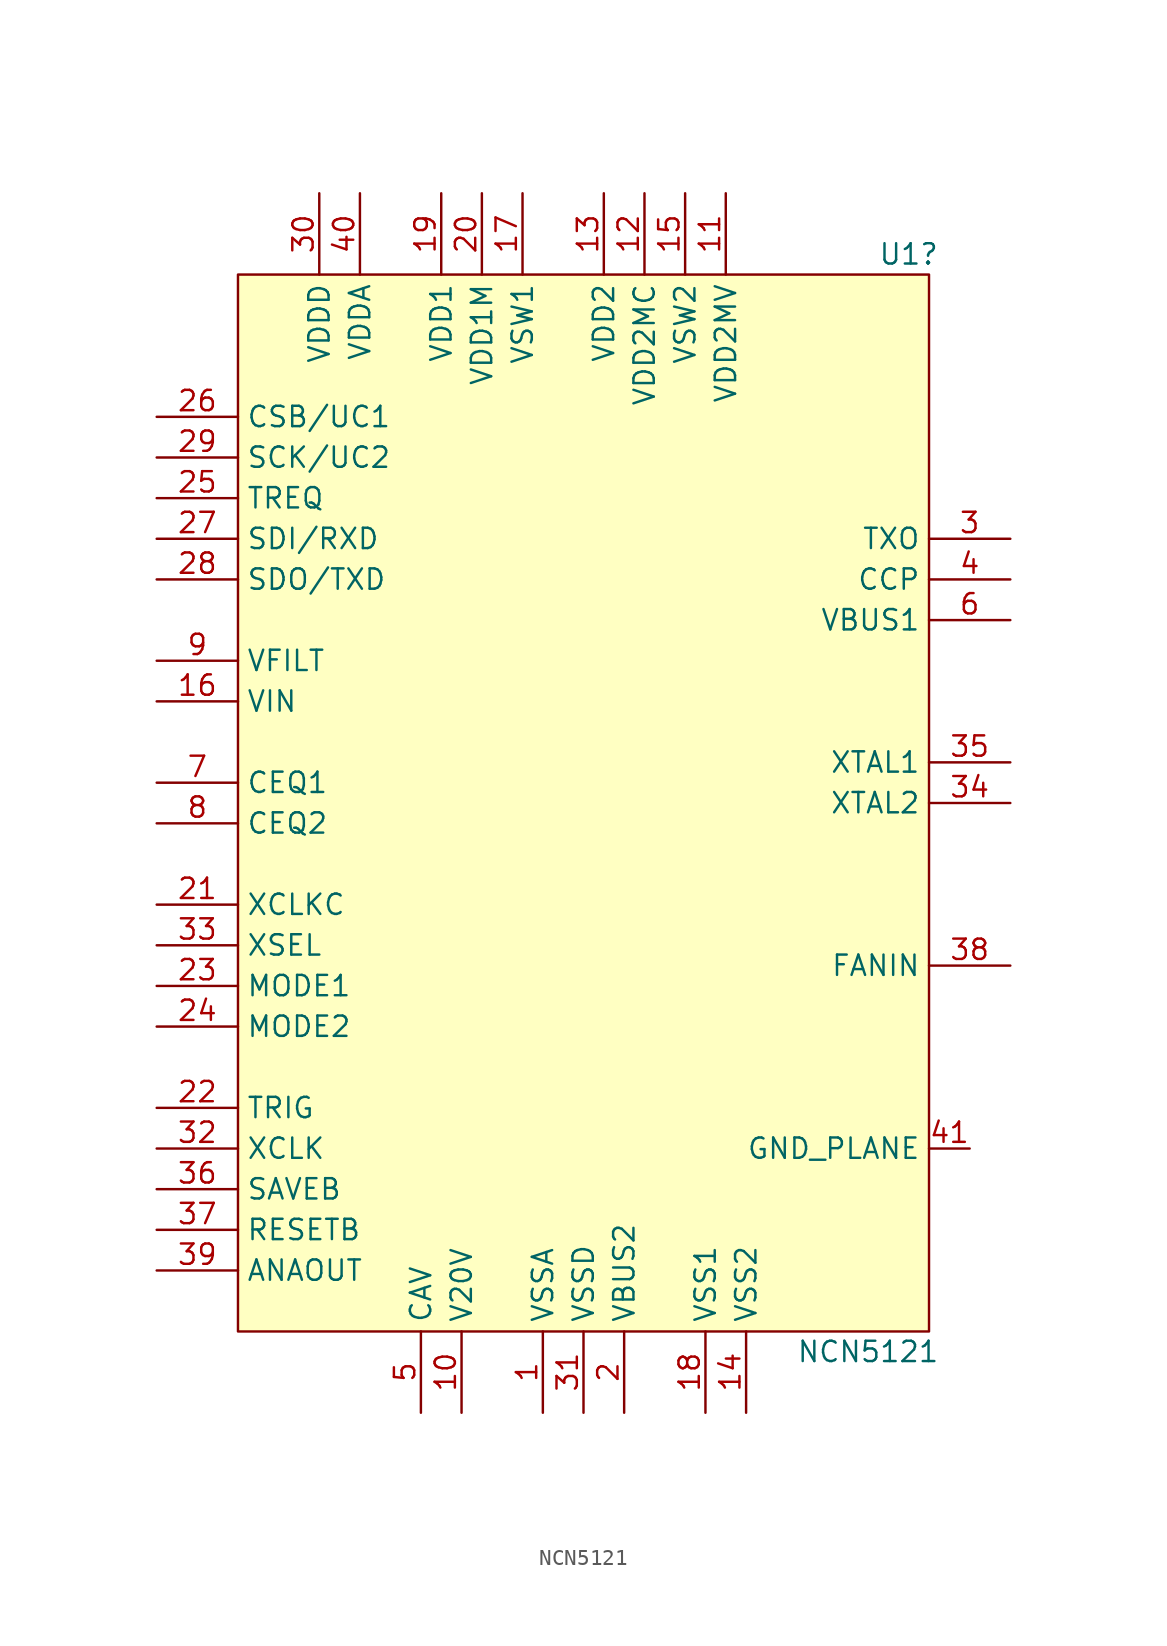
<source format=kicad_sym>
(kicad_symbol_lib
  (version 20211014)
  (generator kicad_symbol_editor)
  (symbol "NCN5121"
    (property "Reference" "U1"
      (at 20.32 38.1 0)
      (effects (font (size 1.27 1.27))))
    (property "Value" "NCN5121"
      (at 17.78 -30.48 0)
      (effects (font (size 1.27 1.27))))
    (symbol "NCN5121_0_1"
      (rectangle (start -21.59 36.83) (end 21.59 -29.21) (stroke (width 0.152) (type default) (color 0 0 0 0)) (fill (type background))))
    (symbol "NCN5121_1_0"
      (pin power_in line (at -2.54 -34.29 90) (length 5.08) (name "VSSA" (effects (font (size 1.27 1.27)))) (number "1" (effects (font (size 1.27 1.27)))))
      (pin power_in line (at -7.62 -34.29 90) (length 5.08) (name "V20V" (effects (font (size 1.27 1.27)))) (number "10" (effects (font (size 1.27 1.27)))))
      (pin input line (at 8.89 41.91 270) (length 5.08) (name "VDD2MV" (effects (font (size 1.27 1.27)))) (number "11" (effects (font (size 1.27 1.27)))))
      (pin input line (at 3.81 41.91 270) (length 5.08) (name "VDD2MC" (effects (font (size 1.27 1.27)))) (number "12" (effects (font (size 1.27 1.27)))))
      (pin input line (at 1.27 41.91 270) (length 5.08) (name "VDD2" (effects (font (size 1.27 1.27)))) (number "13" (effects (font (size 1.27 1.27)))))
      (pin power_in line (at 10.16 -34.29 90) (length 5.08) (name "VSS2" (effects (font (size 1.27 1.27)))) (number "14" (effects (font (size 1.27 1.27)))))
      (pin output line (at 6.35 41.91 270) (length 5.08) (name "VSW2" (effects (font (size 1.27 1.27)))) (number "15" (effects (font (size 1.27 1.27)))))
      (pin power_in line (at -26.67 10.16 0) (length 5.08) (name "VIN" (effects (font (size 1.27 1.27)))) (number "16" (effects (font (size 1.27 1.27)))))
      (pin output line (at -3.81 41.91 270) (length 5.08) (name "VSW1" (effects (font (size 1.27 1.27)))) (number "17" (effects (font (size 1.27 1.27)))))
      (pin power_in line (at 7.62 -34.29 90) (length 5.08) (name "VSS1" (effects (font (size 1.27 1.27)))) (number "18" (effects (font (size 1.27 1.27)))))
      (pin input line (at -8.89 41.91 270) (length 5.08) (name "VDD1" (effects (font (size 1.27 1.27)))) (number "19" (effects (font (size 1.27 1.27)))))
      (pin power_in line (at 2.54 -34.29 90) (length 5.08) (name "VBUS2" (effects (font (size 1.27 1.27)))) (number "2" (effects (font (size 1.27 1.27)))))
      (pin input line (at -6.35 41.91 270) (length 5.08) (name "VDD1M" (effects (font (size 1.27 1.27)))) (number "20" (effects (font (size 1.27 1.27)))))
      (pin input line (at -26.67 -2.54 0) (length 5.08) (name "XCLKC" (effects (font (size 1.27 1.27)))) (number "21" (effects (font (size 1.27 1.27)))))
      (pin output line (at -26.67 -15.24 0) (length 5.08) (name "TRIG" (effects (font (size 1.27 1.27)))) (number "22" (effects (font (size 1.27 1.27)))))
      (pin input line (at -26.67 -7.62 0) (length 5.08) (name "MODE1" (effects (font (size 1.27 1.27)))) (number "23" (effects (font (size 1.27 1.27)))))
      (pin input line (at -26.67 -10.16 0) (length 5.08) (name "MODE2" (effects (font (size 1.27 1.27)))) (number "24" (effects (font (size 1.27 1.27)))))
      (pin input line (at -26.67 22.86 0) (length 5.08) (name "TREQ" (effects (font (size 1.27 1.27)))) (number "25" (effects (font (size 1.27 1.27)))))
      (pin bidirectional line (at -26.67 27.94 0) (length 5.08) (name "CSB/UC1" (effects (font (size 1.27 1.27)))) (number "26" (effects (font (size 1.27 1.27)))))
      (pin input line (at -26.67 20.32 0) (length 5.08) (name "SDI/RXD" (effects (font (size 1.27 1.27)))) (number "27" (effects (font (size 1.27 1.27)))))
      (pin output line (at -26.67 17.78 0) (length 5.08) (name "SDO/TXD" (effects (font (size 1.27 1.27)))) (number "28" (effects (font (size 1.27 1.27)))))
      (pin bidirectional line (at -26.67 25.4 0) (length 5.08) (name "SCK/UC2" (effects (font (size 1.27 1.27)))) (number "29" (effects (font (size 1.27 1.27)))))
      (pin output line (at 26.67 20.32 180) (length 5.08) (name "TXO" (effects (font (size 1.27 1.27)))) (number "3" (effects (font (size 1.27 1.27)))))
      (pin power_in line (at -16.51 41.91 270) (length 5.08) (name "VDDD" (effects (font (size 1.27 1.27)))) (number "30" (effects (font (size 1.27 1.27)))))
      (pin power_in line (at 0 -34.29 90) (length 5.08) (name "VSSD" (effects (font (size 1.27 1.27)))) (number "31" (effects (font (size 1.27 1.27)))))
      (pin output line (at -26.67 -17.78 0) (length 5.08) (name "XCLK" (effects (font (size 1.27 1.27)))) (number "32" (effects (font (size 1.27 1.27)))))
      (pin input line (at -26.67 -5.08 0) (length 5.08) (name "XSEL" (effects (font (size 1.27 1.27)))) (number "33" (effects (font (size 1.27 1.27)))))
      (pin bidirectional line (at 26.67 3.81 180) (length 5.08) (name "XTAL2" (effects (font (size 1.27 1.27)))) (number "34" (effects (font (size 1.27 1.27)))))
      (pin input line (at 26.67 6.35 180) (length 5.08) (name "XTAL1" (effects (font (size 1.27 1.27)))) (number "35" (effects (font (size 1.27 1.27)))))
      (pin output line (at -26.67 -20.32 0) (length 5.08) (name "SAVEB" (effects (font (size 1.27 1.27)))) (number "36" (effects (font (size 1.27 1.27)))))
      (pin output line (at -26.67 -22.86 0) (length 5.08) (name "RESETB" (effects (font (size 1.27 1.27)))) (number "37" (effects (font (size 1.27 1.27)))))
      (pin input line (at 26.67 -6.35 180) (length 5.08) (name "FANIN" (effects (font (size 1.27 1.27)))) (number "38" (effects (font (size 1.27 1.27)))))
      (pin output line (at -26.67 -25.4 0) (length 5.08) (name "ANAOUT" (effects (font (size 1.27 1.27)))) (number "39" (effects (font (size 1.27 1.27)))))
      (pin bidirectional line (at 26.67 17.78 180) (length 5.08) (name "CCP" (effects (font (size 1.27 1.27)))) (number "4" (effects (font (size 1.27 1.27)))))
      (pin power_in line (at -13.97 41.91 270) (length 5.08) (name "VDDA" (effects (font (size 1.27 1.27)))) (number "40" (effects (font (size 1.27 1.27)))))
      (pin power_in line (at -10.16 -34.29 90) (length 5.08) (name "CAV" (effects (font (size 1.27 1.27)))) (number "5" (effects (font (size 1.27 1.27)))))
      (pin power_in line (at 26.67 15.24 180) (length 5.08) (name "VBUS1" (effects (font (size 1.27 1.27)))) (number "6" (effects (font (size 1.27 1.27)))))
      (pin bidirectional line (at -26.67 5.08 0) (length 5.08) (name "CEQ1" (effects (font (size 1.27 1.27)))) (number "7" (effects (font (size 1.27 1.27)))))
      (pin bidirectional line (at -26.67 2.54 0) (length 5.08) (name "CEQ2" (effects (font (size 1.27 1.27)))) (number "8" (effects (font (size 1.27 1.27)))))
      (pin power_in line (at -26.67 12.7 0) (length 5.08) (name "VFILT" (effects (font (size 1.27 1.27)))) (number "9" (effects (font (size 1.27 1.27))))))
    (symbol "NCN5121_1_1"
      (pin power_in line (at 24.13 -17.78 180) (length 2.54) (name "GND_PLANE" (effects (font (size 1.27 1.27)))) (number "41" (effects (font (size 1.27 1.27))))))))
</source>
